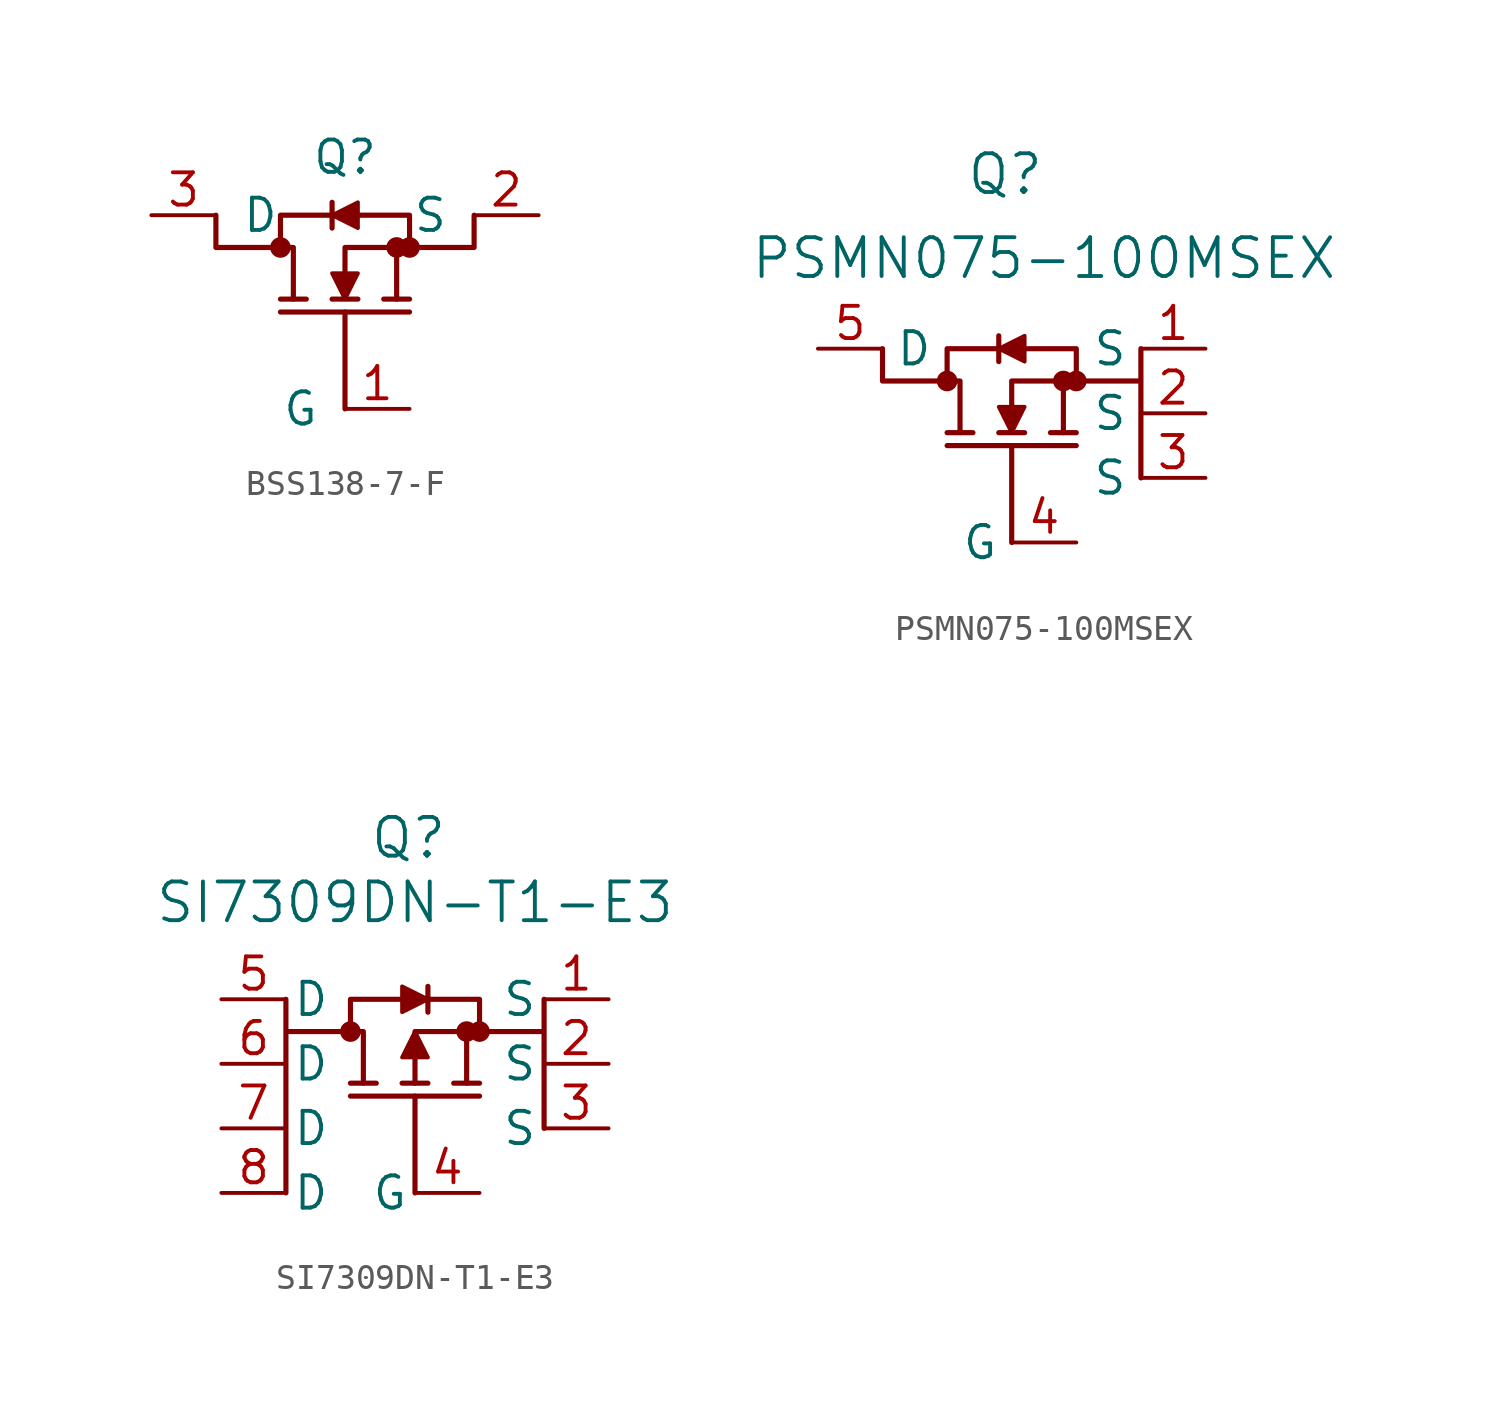
<source format=kicad_sym>
(kicad_symbol_lib
  (version 20231120)
  (generator "kicad_symbol_editor")
  (generator_version "8.0")
  (symbol "BSS138-7-F"
    (pin_names
      (offset 1.016))
    (property "Reference" "Q"
      (at 0 3.556 0)
      (effects (font (size 1.27 1.27))))
    (symbol "BSS138-7-F_0_1"
      (polyline (pts (xy -0.508 1.778) (xy -0.508 0.762)) (stroke (width 0.203) (type default)) (fill (type none)))
      (polyline (pts (xy 0 -6.35) (xy 0 -2.54)) (stroke (width 0.203) (type default)) (fill (type none)))
      (polyline (pts (xy 2.54 -2.54) (xy -2.54 -2.54)) (stroke (width 0.203) (type default)) (fill (type none)))
      (polyline (pts (xy 2.54 -2.032) (xy 1.524 -2.032)) (stroke (width 0.203) (type default)) (fill (type none)))
      (pin unspecified line (at 7.62 1.27 180) (length 2.54) (name "S" (effects (font (size 1.27 1.27)))) (number "2" (effects (font (size 1.27 1.27))))))
    (symbol "BSS138-7-F_1_1"
      (circle (center -2.54 0) (radius 0.025) (stroke (width 0.381) (type default)) (fill (type none)))
      (polyline (pts (xy -1.524 -2.032) (xy -2.54 -2.032)) (stroke (width 0.203) (type default)) (fill (type none)))
      (polyline (pts (xy 0.508 -2.032) (xy -0.508 -2.032)) (stroke (width 0.203) (type default)) (fill (type none)))
      (polyline (pts (xy -2.032 -2.032) (xy -2.032 0) (xy -2.54 0)) (stroke (width 0.203) (type default)) (fill (type none)))
      (polyline (pts (xy -0.508 1.27) (xy 0.508 0.762) (xy 0.508 1.778) (xy -0.508 1.27)) (stroke (width 0) (type default)) (fill (type outline)))
      (polyline (pts (xy 0 -2.032) (xy 0.508 -1.016) (xy -0.508 -1.016) (xy 0 -2.032)) (stroke (width 0) (type default)) (fill (type outline)))
      (polyline (pts (xy -5.08 1.27) (xy -5.08 0) (xy -2.54 0) (xy -2.54 1.27) (xy -0.508 1.27)) (stroke (width 0.203) (type default)) (fill (type none)))
      (polyline (pts (xy 0 -1.016) (xy 0 0) (xy 2.54 0) (xy 2.032 0) (xy 2.032 -2.032)) (stroke (width 0.203) (type default)) (fill (type none)))
      (polyline (pts (xy 0.508 1.27) (xy 2.54 1.27) (xy 2.54 0) (xy 5.08 0) (xy 5.08 1.27)) (stroke (width 0.203) (type default)) (fill (type none)))
      (circle (center 2.032 0) (radius 0.025) (stroke (width 0.381) (type default)) (fill (type none)))
      (circle (center 2.54 0) (radius 0.025) (stroke (width 0.381) (type default)) (fill (type none)))
      (pin unspecified line (at 2.54 -6.35 180) (length 2.54) (name "G" (effects (font (size 1.27 1.27)))) (number "1" (effects (font (size 1.27 1.27)))))
      (pin unspecified line (at -7.62 1.27 0) (length 2.54) (name "D" (effects (font (size 1.27 1.27)))) (number "3" (effects (font (size 1.27 1.27)))))))
  (symbol "PSMN075-100MSEX"
    (property "Reference" "Q"
      (at -0.254 8.128 0)
      (effects (font (size 1.524 1.524))))
    (property "Value" "PSMN075-100MSEX"
      (at 1.27 4.826 0)
      (effects (font (size 1.524 1.524))))
    (symbol "PSMN075-100MSEX_0_1"
      (polyline (pts (xy -0.508 1.778) (xy -0.508 0.762)) (stroke (width 0.203) (type default)) (fill (type none)))
      (polyline (pts (xy 0 -6.35) (xy 0 -2.54)) (stroke (width 0.203) (type default)) (fill (type none)))
      (polyline (pts (xy 2.54 -2.54) (xy -2.54 -2.54)) (stroke (width 0.203) (type default)) (fill (type none)))
      (polyline (pts (xy 2.54 -2.032) (xy 1.524 -2.032)) (stroke (width 0.203) (type default)) (fill (type none)))
      (pin unspecified line (at 7.62 1.27 180) (length 2.54) (name "S" (effects (font (size 1.27 1.27)))) (number "1" (effects (font (size 1.27 1.27)))))
      (pin unspecified line (at 7.62 -1.27 180) (length 2.54) (name "S" (effects (font (size 1.27 1.27)))) (number "2" (effects (font (size 1.27 1.27))))))
    (symbol "PSMN075-100MSEX_1_1"
      (circle (center -2.54 0) (radius 0.025) (stroke (width 0.381) (type default)) (fill (type none)))
      (polyline (pts (xy -1.524 -2.032) (xy -2.54 -2.032)) (stroke (width 0.203) (type default)) (fill (type none)))
      (polyline (pts (xy 0.508 -2.032) (xy -0.508 -2.032)) (stroke (width 0.203) (type default)) (fill (type none)))
      (polyline (pts (xy -2.032 -2.032) (xy -2.032 0) (xy -2.54 0)) (stroke (width 0.203) (type default)) (fill (type none)))
      (polyline (pts (xy -0.508 1.27) (xy 0.508 0.762) (xy 0.508 1.778) (xy -0.508 1.27)) (stroke (width 0) (type default)) (fill (type outline)))
      (polyline (pts (xy 0 -2.032) (xy 0.508 -1.016) (xy -0.508 -1.016) (xy 0 -2.032)) (stroke (width 0) (type default)) (fill (type outline)))
      (polyline (pts (xy -5.08 1.27) (xy -5.08 0) (xy -2.54 0) (xy -2.54 1.27) (xy -0.508 1.27)) (stroke (width 0.203) (type default)) (fill (type none)))
      (polyline (pts (xy 0 -1.016) (xy 0 0) (xy 2.54 0) (xy 2.032 0) (xy 2.032 -2.032)) (stroke (width 0.203) (type default)) (fill (type none)))
      (polyline (pts (xy 0.508 1.27) (xy 2.54 1.27) (xy 2.54 0) (xy 5.08 0) (xy 5.08 1.27) (xy 5.08 -3.81)) (stroke (width 0.203) (type default)) (fill (type none)))
      (circle (center 2.032 0) (radius 0.025) (stroke (width 0.381) (type default)) (fill (type none)))
      (circle (center 2.54 0) (radius 0.025) (stroke (width 0.381) (type default)) (fill (type none)))
      (pin unspecified line (at 7.62 -3.81 180) (length 2.54) (name "S" (effects (font (size 1.27 1.27)))) (number "3" (effects (font (size 1.27 1.27)))))
      (pin unspecified line (at 2.54 -6.35 180) (length 2.54) (name "G" (effects (font (size 1.27 1.27)))) (number "4" (effects (font (size 1.27 1.27)))))
      (pin unspecified line (at -7.62 1.27 0) (length 2.54) (name "D" (effects (font (size 1.27 1.27)))) (number "5" (effects (font (size 1.27 1.27)))))))
  (symbol "SI7309DN-T1-E3"
    (pin_names
      (offset 0.254))
    (property "Reference" "Q"
      (at -0.254 7.62 0)
      (effects (font (size 1.524 1.524))))
    (property "Value" "SI7309DN-T1-E3"
      (at 0 5.08 0)
      (effects (font (size 1.524 1.524))))
    (symbol "SI7309DN-T1-E3_0_1"
      (polyline (pts (xy 0 -6.35) (xy 0 -2.54)) (stroke (width 0.203) (type default)) (fill (type none)))
      (polyline (pts (xy 0.508 0.762) (xy 0.508 1.778)) (stroke (width 0.203) (type default)) (fill (type none)))
      (polyline (pts (xy 2.54 -2.54) (xy -2.54 -2.54)) (stroke (width 0.203) (type default)) (fill (type none)))
      (polyline (pts (xy 2.54 -2.032) (xy 1.524 -2.032)) (stroke (width 0.203) (type default)) (fill (type none)))
      (pin unspecified line (at 7.62 1.27 180) (length 2.54) (name "S" (effects (font (size 1.27 1.27)))) (number "1" (effects (font (size 1.27 1.27)))))
      (pin unspecified line (at 7.62 -1.27 180) (length 2.54) (name "S" (effects (font (size 1.27 1.27)))) (number "2" (effects (font (size 1.27 1.27)))))
      (pin unspecified line (at -7.62 -1.27 0) (length 2.54) (name "D" (effects (font (size 1.27 1.27)))) (number "6" (effects (font (size 1.27 1.27)))))
      (pin unspecified line (at -7.62 -3.81 0) (length 2.54) (name "D" (effects (font (size 1.27 1.27)))) (number "7" (effects (font (size 1.27 1.27)))))
      (pin unspecified line (at -7.62 -6.35 0) (length 2.54) (name "D" (effects (font (size 1.27 1.27)))) (number "8" (effects (font (size 1.27 1.27))))))
    (symbol "SI7309DN-T1-E3_1_1"
      (circle (center -2.54 0) (radius 0.025) (stroke (width 0.381) (type default)) (fill (type none)))
      (polyline (pts (xy -1.524 -2.032) (xy -2.54 -2.032)) (stroke (width 0.203) (type default)) (fill (type none)))
      (polyline (pts (xy 0.508 -2.032) (xy -0.508 -2.032)) (stroke (width 0.203) (type default)) (fill (type none)))
      (polyline (pts (xy -2.032 -2.032) (xy -2.032 0) (xy -2.54 0)) (stroke (width 0.203) (type default)) (fill (type none)))
      (polyline (pts (xy 0 0) (xy -0.508 -1.016) (xy 0.508 -1.016) (xy 0 0)) (stroke (width 0) (type default)) (fill (type outline)))
      (polyline (pts (xy 0.508 1.27) (xy -0.508 1.778) (xy -0.508 0.762) (xy 0.508 1.27)) (stroke (width 0) (type default)) (fill (type outline)))
      (polyline (pts (xy 0 -2.032) (xy 0 0) (xy 2.54 0) (xy 2.032 0) (xy 2.032 -2.032)) (stroke (width 0.203) (type default)) (fill (type none)))
      (polyline (pts (xy -5.08 1.27) (xy -5.08 -6.35) (xy -5.08 0) (xy -2.54 0) (xy -2.54 1.27) (xy -0.508 1.27)) (stroke (width 0.203) (type default)) (fill (type none)))
      (polyline (pts (xy 0.508 1.27) (xy 2.54 1.27) (xy 2.54 0) (xy 5.08 0) (xy 5.08 1.27) (xy 5.08 -3.81)) (stroke (width 0.203) (type default)) (fill (type none)))
      (circle (center 2.032 0) (radius 0.025) (stroke (width 0.381) (type default)) (fill (type none)))
      (circle (center 2.54 0) (radius 0.025) (stroke (width 0.381) (type default)) (fill (type none)))
      (pin unspecified line (at 7.62 -3.81 180) (length 2.54) (name "S" (effects (font (size 1.27 1.27)))) (number "3" (effects (font (size 1.27 1.27)))))
      (pin unspecified line (at 2.54 -6.35 180) (length 2.54) (name "G" (effects (font (size 1.27 1.27)))) (number "4" (effects (font (size 1.27 1.27)))))
      (pin unspecified line (at -7.62 1.27 0) (length 2.54) (name "D" (effects (font (size 1.27 1.27)))) (number "5" (effects (font (size 1.27 1.27))))))))
</source>
